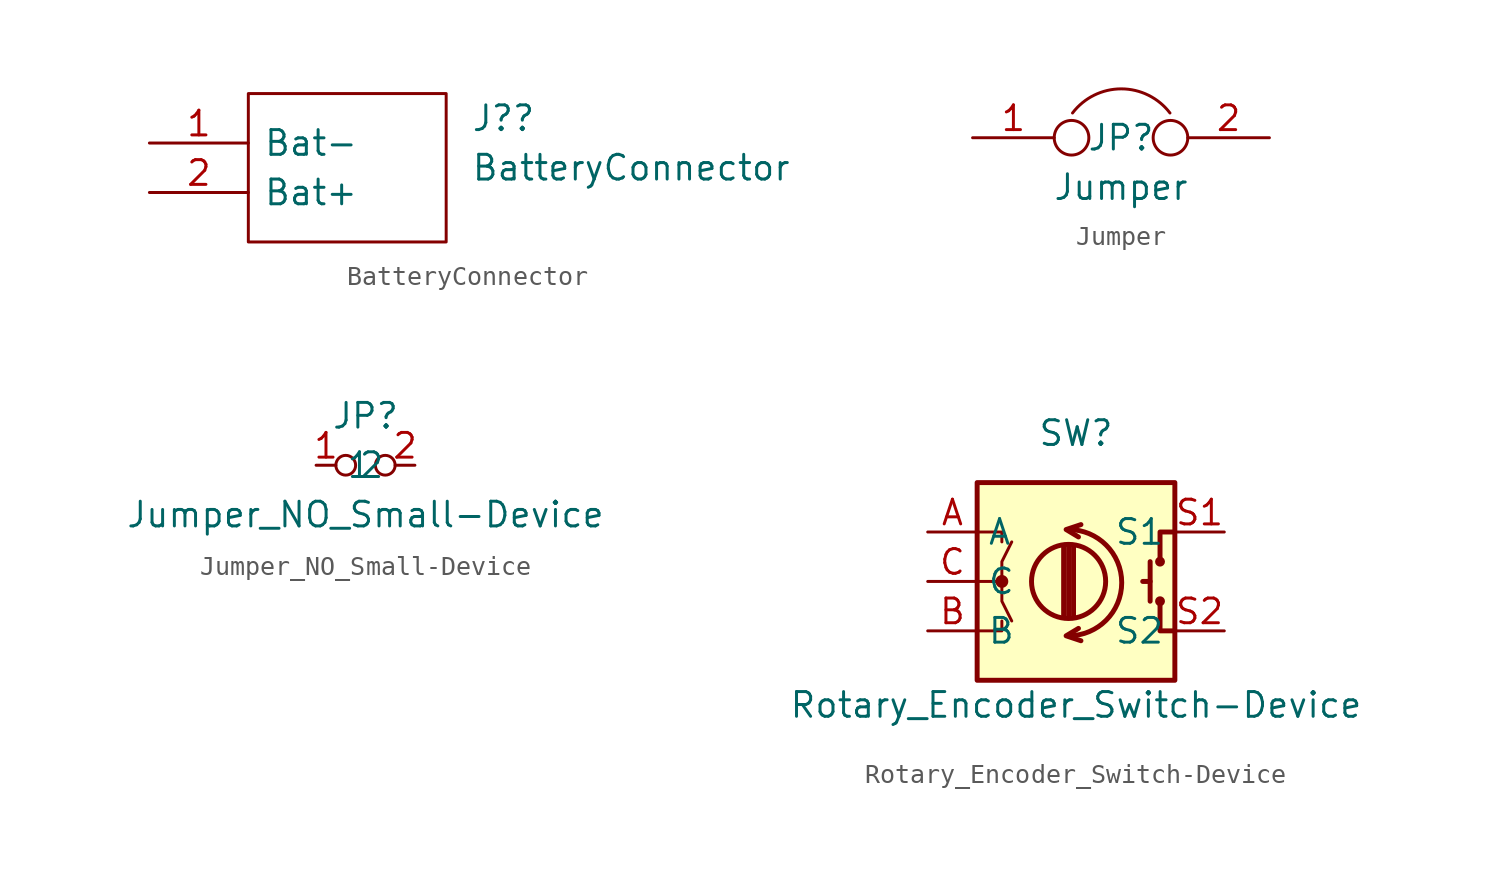
<source format=kicad_sym>
(kicad_symbol_lib
  (version 20211014)
  (generator kicad_symbol_editor)
  (symbol "BatteryConnector"
    (pin_names
      (offset 0.762))
    (property "Reference" "J?"
      (at 6.35 2.54 0)
      (effects (font (size 1.27 1.27)) (justify left)))
    (property "Value" "BatteryConnector"
      (at 6.35 0.0001 0)
      (effects (font (size 1.27 1.27)) (justify left)))
    (property "Arrow Part Number" " "
      (at 6.35 -2.54 0)
      (effects (font (size 1.27 1.27)) (justify left)))
    (symbol "BatteryConnector_0_0"
      (pin passive line (at -10.16 1.27 0) (length 5.08) (name "Bat-" (effects (font (size 1.27 1.27)))) (number "1" (effects (font (size 1.27 1.27)))))
      (pin passive line (at -10.16 -1.27 0) (length 5.08) (name "Bat+" (effects (font (size 1.27 1.27)))) (number "2" (effects (font (size 1.27 1.27))))))
    (symbol "BatteryConnector_0_1"
      (polyline (pts (xy -5.08 3.81) (xy 5.08 3.81) (xy 5.08 -3.81) (xy -5.08 -3.81) (xy -5.08 3.81)) (stroke (width 0.152) (type default) (color 0 0 0 0)) (fill (type none)))))
  (symbol "Jumper"
    (property "Reference" "JP"
      (at 0 0 0)
      (effects (font (size 1.27 1.27))))
    (property "Value" "Jumper"
      (at 0 -2.54 0)
      (effects (font (size 1.27 1.27))))
    (symbol "Jumper_0_1"
      (circle (center -2.54 0) (radius 0.889) (stroke (width 0) (type default) (color 0 0 0 0)) (fill (type none)))
      (arc (start 2.5146 1.27) (mid 0.0127 2.5097) (end -2.4892 1.27) (stroke (width 0) (type default) (color 0 0 0 0)) (fill (type none)))
      (circle (center 2.54 0) (radius 0.889) (stroke (width 0) (type default) (color 0 0 0 0)) (fill (type none)))
      (pin passive line (at -7.62 0 0) (length 4.191) (name "" (effects (font (size 1.27 1.27)))) (number "1" (effects (font (size 1.27 1.27)))))
      (pin passive line (at 7.62 0 180) (length 4.191) (name "" (effects (font (size 1.27 1.27)))) (number "2" (effects (font (size 1.27 1.27)))))))
  (symbol "Jumper_NO_Small-Device"
    (property "Reference" "JP"
      (at 0 2.54 0)
      (effects (font (size 1.27 1.27))))
    (property "Value" "Jumper_NO_Small-Device"
      (at 0 -2.54 0)
      (effects (font (size 1.27 1.27))))
    (symbol "Jumper_NO_Small-Device_0_0"
      (text "" (at 0 0 0) (effects (font (size 1.27 1.27)))))
    (symbol "Jumper_NO_Small-Device_0_1"
      (circle (center -1.016 0) (radius 0.508) (stroke (width 0) (type default) (color 0 0 0 0)) (fill (type none)))
      (circle (center 1.016 0) (radius 0.508) (stroke (width 0) (type default) (color 0 0 0 0)) (fill (type none)))
      (pin passive line (at -2.54 0 0) (length 1.016) (name "1" (effects (font (size 1.27 1.27)))) (number "1" (effects (font (size 1.27 1.27)))))
      (pin passive line (at 2.54 0 180) (length 1.016) (name "2" (effects (font (size 1.27 1.27)))) (number "2" (effects (font (size 1.27 1.27)))))))
  (symbol "Rotary_Encoder_Switch-Device"
    (property "Reference" "SW"
      (at 0 7.62 0)
      (effects (font (size 1.27 1.27))))
    (property "Value" "Rotary_Encoder_Switch-Device"
      (at 0 -6.35 0)
      (effects (font (size 1.27 1.27))))
    (symbol "Rotary_Encoder_Switch-Device_0_1"
      (rectangle (start -5.08 5.08) (end 5.08 -5.08) (stroke (width 0.254) (type default) (color 0 0 0 0)) (fill (type background)))
      (circle (center -3.81 0) (radius 0.254) (stroke (width 0) (type default) (color 0 0 0 0)) (fill (type outline)))
      (arc (start -0.381 -2.794) (mid 2.3622 -0.0635) (end -0.381 2.667) (stroke (width 0.254) (type default) (color 0 0 0 0)) (fill (type none)))
      (circle (center -0.381 0) (radius 1.905) (stroke (width 0.254) (type default) (color 0 0 0 0)) (fill (type none)))
      (polyline (pts (xy -0.635 -1.778) (xy -0.635 1.778)) (stroke (width 0.254) (type default) (color 0 0 0 0)) (fill (type none)))
      (polyline (pts (xy -0.381 -1.778) (xy -0.381 1.778)) (stroke (width 0.254) (type default) (color 0 0 0 0)) (fill (type none)))
      (polyline (pts (xy -0.127 1.778) (xy -0.127 -1.778)) (stroke (width 0.254) (type default) (color 0 0 0 0)) (fill (type none)))
      (polyline (pts (xy 3.81 0) (xy 3.429 0)) (stroke (width 0.254) (type default) (color 0 0 0 0)) (fill (type none)))
      (polyline (pts (xy 3.81 1.016) (xy 3.81 -1.016)) (stroke (width 0.254) (type default) (color 0 0 0 0)) (fill (type none)))
      (polyline (pts (xy -5.08 -2.54) (xy -3.81 -2.54) (xy -3.81 -2.032)) (stroke (width 0) (type default) (color 0 0 0 0)) (fill (type none)))
      (polyline (pts (xy -5.08 2.54) (xy -3.81 2.54) (xy -3.81 2.032)) (stroke (width 0) (type default) (color 0 0 0 0)) (fill (type none)))
      (polyline (pts (xy 0.254 -3.048) (xy -0.508 -2.794) (xy 0.127 -2.413)) (stroke (width 0.254) (type default) (color 0 0 0 0)) (fill (type none)))
      (polyline (pts (xy 0.254 2.921) (xy -0.508 2.667) (xy 0.127 2.286)) (stroke (width 0.254) (type default) (color 0 0 0 0)) (fill (type none)))
      (polyline (pts (xy 5.08 -2.54) (xy 4.318 -2.54) (xy 4.318 -1.016)) (stroke (width 0.254) (type default) (color 0 0 0 0)) (fill (type none)))
      (polyline (pts (xy 5.08 2.54) (xy 4.318 2.54) (xy 4.318 1.016)) (stroke (width 0.254) (type default) (color 0 0 0 0)) (fill (type none)))
      (polyline (pts (xy -5.08 0) (xy -3.81 0) (xy -3.81 -1.016) (xy -3.302 -2.032)) (stroke (width 0) (type default) (color 0 0 0 0)) (fill (type none)))
      (polyline (pts (xy -4.318 0) (xy -3.81 0) (xy -3.81 1.016) (xy -3.302 2.032)) (stroke (width 0) (type default) (color 0 0 0 0)) (fill (type none)))
      (circle (center 4.318 -1.016) (radius 0.127) (stroke (width 0.254) (type default) (color 0 0 0 0)) (fill (type none)))
      (circle (center 4.318 1.016) (radius 0.127) (stroke (width 0.254) (type default) (color 0 0 0 0)) (fill (type none))))
    (symbol "Rotary_Encoder_Switch-Device_1_1"
      (pin passive line (at -7.62 2.54 0) (length 2.54) (name "A" (effects (font (size 1.27 1.27)))) (number "A" (effects (font (size 1.27 1.27)))))
      (pin passive line (at -7.62 -2.54 0) (length 2.54) (name "B" (effects (font (size 1.27 1.27)))) (number "B" (effects (font (size 1.27 1.27)))))
      (pin passive line (at -7.62 0 0) (length 2.54) (name "C" (effects (font (size 1.27 1.27)))) (number "C" (effects (font (size 1.27 1.27)))))
      (pin passive line (at 7.62 2.54 180) (length 2.54) (name "S1" (effects (font (size 1.27 1.27)))) (number "S1" (effects (font (size 1.27 1.27)))))
      (pin passive line (at 7.62 -2.54 180) (length 2.54) (name "S2" (effects (font (size 1.27 1.27)))) (number "S2" (effects (font (size 1.27 1.27))))))))
</source>
